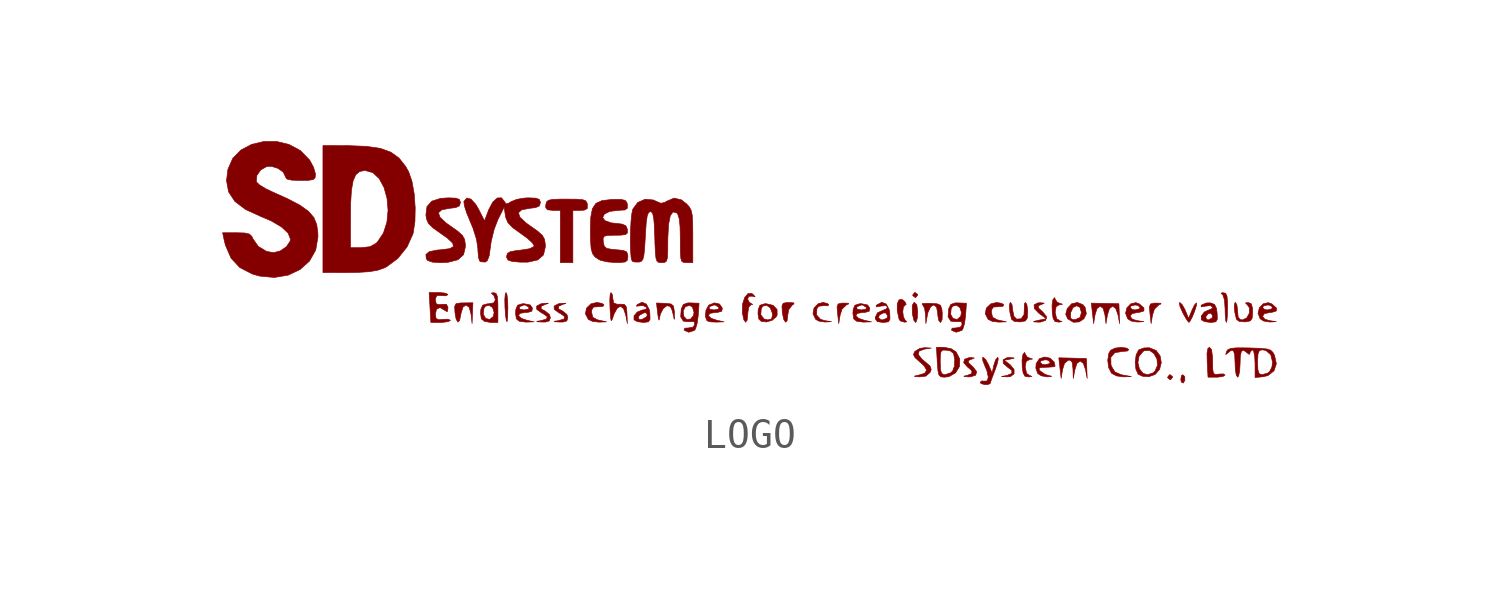
<source format=kicad_sym>
(kicad_symbol_lib
  (version 20220914)
  (generator "bitmap2component")
  (generator_version "9.0")
  (symbol "LOGO"
    (pin_names
      (offset 1.016))
    (property "Reference" "#G"
      (at 0 3.937 0)
      (effects (font (size 1.27 1.27)) hide))
    (symbol "LOGO_0_0"
      (polyline (pts (xy 7.871 -4.226) (xy 7.943 -4.194) (xy 7.956 -4.144) (xy 8.018 -3.972) (xy 8.111 -3.728) (xy 8.174 -3.553) (xy 8.217 -3.372) (xy 8.203 -3.302) (xy 8.198 -3.303) (xy 8.128 -3.387) (xy 8.067 -3.571) (xy 8.008 -3.839) (xy 7.894 -3.571) (xy 7.883 -3.544) (xy 7.784 -3.372) (xy 7.699 -3.302) (xy 7.684 -3.313) (xy 7.694 -3.423) (xy 7.771 -3.616) (xy 7.831 -3.758) (xy 7.879 -3.978) (xy 7.841 -4.106) (xy 7.719 -4.114) (xy 7.664 -4.103) (xy 7.603 -4.151) (xy 7.635 -4.199) (xy 7.773 -4.233) (xy 7.871 -4.226)) (stroke (width 0.01) (type default)) (fill (type outline)))
      (polyline (pts (xy 14.56 -4.086) (xy 14.557 -3.958) (xy 14.489 -3.895) (xy 14.446 -3.924) (xy 14.422 -4.058) (xy 14.442 -4.146) (xy 14.502 -4.18) (xy 14.56 -4.086)) (stroke (width 0.01) (type default)) (fill (type outline)))
      (polyline (pts (xy 14.079 -4.061) (xy 14.144 -3.979) (xy 14.142 -3.959) (xy 14.059 -3.895) (xy 14.039 -3.897) (xy 13.974 -3.979) (xy 13.977 -3.999) (xy 14.059 -4.064) (xy 14.079 -4.061)) (stroke (width 0.01) (type default)) (fill (type outline)))
      (polyline (pts (xy 5.759 -3.942) (xy 5.902 -3.813) (xy 5.938 -3.716) (xy 5.899 -3.601) (xy 5.735 -3.459) (xy 5.633 -3.377) (xy 5.499 -3.21) (xy 5.526 -3.091) (xy 5.713 -3.024) (xy 5.946 -2.989) (xy 5.723 -2.976) (xy 5.553 -3) (xy 5.387 -3.099) (xy 5.375 -3.114) (xy 5.334 -3.211) (xy 5.391 -3.317) (xy 5.568 -3.475) (xy 5.695 -3.591) (xy 5.785 -3.743) (xy 5.714 -3.848) (xy 5.479 -3.918) (xy 5.372 -3.94) (xy 5.375 -3.957) (xy 5.54 -3.968) (xy 5.759 -3.942)) (stroke (width 0.01) (type default)) (fill (type outline)))
      (polyline (pts (xy 6.539 -3.961) (xy 6.767 -3.831) (xy 6.898 -3.616) (xy 6.91 -3.363) (xy 6.783 -3.118) (xy 6.619 -3.013) (xy 6.379 -2.963) (xy 6.116 -2.963) (xy 6.145 -3.466) (xy 6.244 -3.466) (xy 6.247 -3.252) (xy 6.271 -3.107) (xy 6.34 -3.057) (xy 6.477 -3.063) (xy 6.586 -3.084) (xy 6.695 -3.171) (xy 6.738 -3.371) (xy 6.739 -3.378) (xy 6.727 -3.608) (xy 6.664 -3.773) (xy 6.592 -3.834) (xy 6.403 -3.895) (xy 6.374 -3.893) (xy 6.292 -3.852) (xy 6.253 -3.723) (xy 6.244 -3.466) (xy 6.145 -3.466) (xy 6.145 -3.471) (xy 6.146 -3.48) (xy 6.167 -3.758) (xy 6.202 -3.907) (xy 6.271 -3.968) (xy 6.393 -3.979) (xy 6.539 -3.961)) (stroke (width 0.01) (type default)) (fill (type outline)))
      (polyline (pts (xy 7.274 -3.967) (xy 7.45 -3.911) (xy 7.484 -3.791) (xy 7.362 -3.635) (xy 7.361 -3.634) (xy 7.211 -3.495) (xy 7.201 -3.414) (xy 7.327 -3.36) (xy 7.353 -3.353) (xy 7.403 -3.326) (xy 7.289 -3.312) (xy 7.237 -3.312) (xy 7.072 -3.368) (xy 7.042 -3.486) (xy 7.164 -3.624) (xy 7.317 -3.756) (xy 7.319 -3.856) (xy 7.157 -3.92) (xy 7.067 -3.938) (xy 7.05 -3.956) (xy 7.194 -3.968) (xy 7.274 -3.967)) (stroke (width 0.01) (type default)) (fill (type outline)))
      (polyline (pts (xy 8.627 -3.96) (xy 8.754 -3.869) (xy 8.755 -3.718) (xy 8.619 -3.553) (xy 8.419 -3.403) (xy 8.627 -3.364) (xy 8.748 -3.339) (xy 8.757 -3.324) (xy 8.601 -3.313) (xy 8.515 -3.317) (xy 8.382 -3.387) (xy 8.387 -3.509) (xy 8.537 -3.641) (xy 8.679 -3.748) (xy 8.679 -3.851) (xy 8.516 -3.92) (xy 8.325 -3.956) (xy 8.519 -3.968) (xy 8.627 -3.96)) (stroke (width 0.01) (type default)) (fill (type outline)))
      (polyline (pts (xy 9.282 -3.967) (xy 9.362 -3.952) (xy 9.281 -3.921) (xy 9.181 -3.85) (xy 9.132 -3.634) (xy 9.166 -3.444) (xy 9.281 -3.377) (xy 9.325 -3.374) (xy 9.385 -3.36) (xy 9.281 -3.328) (xy 9.202 -3.293) (xy 9.131 -3.19) (xy 9.12 -3.136) (xy 9.064 -3.192) (xy 9.053 -3.218) (xy 9.026 -3.394) (xy 9.032 -3.637) (xy 9.063 -3.84) (xy 9.126 -3.949) (xy 9.247 -3.97) (xy 9.282 -3.967)) (stroke (width 0.01) (type default)) (fill (type outline)))
      (polyline (pts (xy 9.985 -3.961) (xy 10.033 -3.947) (xy 9.924 -3.92) (xy 9.802 -3.879) (xy 9.637 -3.763) (xy 9.596 -3.692) (xy 9.649 -3.651) (xy 9.844 -3.641) (xy 9.891 -3.64) (xy 10.076 -3.628) (xy 10.151 -3.605) (xy 10.115 -3.46) (xy 9.977 -3.332) (xy 9.791 -3.293) (xy 9.615 -3.351) (xy 9.535 -3.471) (xy 9.642 -3.471) (xy 9.674 -3.422) (xy 9.812 -3.387) (xy 9.91 -3.402) (xy 9.982 -3.471) (xy 9.95 -3.521) (xy 9.812 -3.556) (xy 9.713 -3.54) (xy 9.642 -3.471) (xy 9.535 -3.471) (xy 9.507 -3.515) (xy 9.494 -3.67) (xy 9.558 -3.853) (xy 9.678 -3.932) (xy 9.886 -3.968) (xy 9.985 -3.961)) (stroke (width 0.01) (type default)) (fill (type outline)))
      (polyline (pts (xy 11.227 -3.683) (xy 11.213 -3.344) (xy 10.745 -3.332) (xy 10.276 -3.32) (xy 10.315 -3.671) (xy 10.355 -4.022) (xy 10.402 -3.726) (xy 10.469 -3.51) (xy 10.597 -3.402) (xy 10.672 -3.403) (xy 10.734 -3.485) (xy 10.757 -3.698) (xy 10.768 -4.022) (xy 10.821 -3.725) (xy 10.821 -3.725) (xy 10.894 -3.508) (xy 11.001 -3.429) (xy 11.002 -3.429) (xy 11.11 -3.51) (xy 11.184 -3.725) (xy 11.24 -4.022) (xy 11.227 -3.683)) (stroke (width 0.01) (type default)) (fill (type outline)))
      (polyline (pts (xy 12.742 -3.957) (xy 12.447 -3.905) (xy 12.391 -3.893) (xy 12.182 -3.8) (xy 12.068 -3.615) (xy 12.048 -3.551) (xy 12.044 -3.303) (xy 12.177 -3.148) (xy 12.435 -3.103) (xy 12.454 -3.103) (xy 12.613 -3.088) (xy 12.652 -3.039) (xy 12.583 -2.991) (xy 12.399 -2.965) (xy 12.19 -2.991) (xy 12.037 -3.065) (xy 11.976 -3.168) (xy 11.939 -3.403) (xy 11.971 -3.657) (xy 12.069 -3.846) (xy 12.239 -3.936) (xy 12.472 -3.968) (xy 12.742 -3.957)) (stroke (width 0.01) (type default)) (fill (type outline)))
      (polyline (pts (xy 13.552 -3.886) (xy 13.703 -3.711) (xy 13.759 -3.486) (xy 13.72 -3.257) (xy 13.585 -3.072) (xy 13.352 -2.978) (xy 13.164 -2.986) (xy 12.992 -3.052) (xy 12.989 -3.055) (xy 12.905 -3.219) (xy 12.873 -3.463) (xy 12.875 -3.482) (xy 12.965 -3.482) (xy 13.005 -3.265) (xy 13.146 -3.099) (xy 13.184 -3.079) (xy 13.363 -3.071) (xy 13.514 -3.181) (xy 13.612 -3.363) (xy 13.631 -3.575) (xy 13.545 -3.773) (xy 13.475 -3.834) (xy 13.295 -3.895) (xy 13.144 -3.851) (xy 13.015 -3.696) (xy 12.965 -3.482) (xy 12.875 -3.482) (xy 12.896 -3.71) (xy 12.976 -3.881) (xy 13.119 -3.947) (xy 13.336 -3.962) (xy 13.552 -3.886)) (stroke (width 0.01) (type default)) (fill (type outline)))
      (polyline (pts (xy 15.671 -3.979) (xy 15.854 -3.955) (xy 15.928 -3.906) (xy 15.873 -3.868) (xy 15.716 -3.874) (xy 15.596 -3.888) (xy 15.532 -3.845) (xy 15.508 -3.708) (xy 15.503 -3.439) (xy 15.499 -3.267) (xy 15.466 -3.038) (xy 15.397 -2.963) (xy 15.344 -3.002) (xy 15.314 -3.164) (xy 15.32 -3.471) (xy 15.348 -3.979) (xy 15.638 -3.979) (xy 15.671 -3.979)) (stroke (width 0.01) (type default)) (fill (type outline)))
      (polyline (pts (xy 17.223 -3.963) (xy 17.385 -3.924) (xy 17.589 -3.764) (xy 17.671 -3.522) (xy 17.61 -3.239) (xy 17.553 -3.135) (xy 17.475 -3.061) (xy 17.344 -3.019) (xy 17.119 -2.998) (xy 16.764 -2.986) (xy 16.647 -2.983) (xy 16.326 -2.982) (xy 16.13 -2.999) (xy 16.024 -3.041) (xy 15.974 -3.113) (xy 15.969 -3.127) (xy 15.951 -3.21) (xy 16.025 -3.154) (xy 16.125 -3.072) (xy 16.211 -3.076) (xy 16.255 -3.218) (xy 16.268 -3.514) (xy 16.275 -3.705) (xy 16.306 -3.903) (xy 16.353 -3.979) (xy 16.388 -3.938) (xy 16.424 -3.769) (xy 16.438 -3.514) (xy 16.444 -3.28) (xy 16.48 -3.099) (xy 16.553 -3.06) (xy 16.676 -3.15) (xy 16.753 -3.208) (xy 16.777 -3.15) (xy 16.783 -3.114) (xy 16.863 -3.048) (xy 16.898 -3.091) (xy 16.934 -3.262) (xy 16.945 -3.471) (xy 17.032 -3.471) (xy 17.033 -3.423) (xy 17.047 -3.188) (xy 17.093 -3.076) (xy 17.185 -3.048) (xy 17.313 -3.07) (xy 17.481 -3.215) (xy 17.542 -3.471) (xy 17.519 -3.635) (xy 17.44 -3.793) (xy 17.374 -3.841) (xy 17.185 -3.895) (xy 17.168 -3.894) (xy 17.083 -3.856) (xy 17.043 -3.728) (xy 17.032 -3.471) (xy 16.945 -3.471) (xy 16.947 -3.519) (xy 16.947 -3.99) (xy 17.223 -3.963)) (stroke (width 0.01) (type default)) (fill (type outline)))
      (polyline (pts (xy -2.112 -2.39) (xy -2.076 -2.341) (xy -2.02 -2.156) (xy -1.984 -1.897) (xy -1.954 -1.465) (xy -2.229 -1.455) (xy -2.341 -1.455) (xy -2.487 -1.506) (xy -2.557 -1.653) (xy -2.559 -1.664) (xy -2.564 -1.727) (xy -2.494 -1.727) (xy -2.419 -1.58) (xy -2.273 -1.54) (xy -2.179 -1.595) (xy -2.124 -1.778) (xy -2.144 -1.885) (xy -2.242 -2.002) (xy -2.372 -2.018) (xy -2.473 -1.911) (xy -2.494 -1.727) (xy -2.564 -1.727) (xy -2.578 -1.927) (xy -2.486 -2.075) (xy -2.288 -2.095) (xy -2.25 -2.088) (xy -2.118 -2.095) (xy -2.102 -2.191) (xy -2.152 -2.272) (xy -2.323 -2.307) (xy -2.438 -2.313) (xy -2.463 -2.371) (xy -2.451 -2.389) (xy -2.304 -2.451) (xy -2.112 -2.39)) (stroke (width 0.01) (type default)) (fill (type outline)))
      (polyline (pts (xy 6.978 -2.39) (xy 7.014 -2.341) (xy 7.07 -2.156) (xy 7.105 -1.897) (xy 7.136 -1.465) (xy 6.861 -1.455) (xy 6.749 -1.455) (xy 6.603 -1.506) (xy 6.533 -1.653) (xy 6.53 -1.664) (xy 6.518 -1.841) (xy 6.598 -1.841) (xy 6.617 -1.645) (xy 6.67 -1.565) (xy 6.795 -1.534) (xy 6.913 -1.612) (xy 6.966 -1.778) (xy 6.94 -1.915) (xy 6.817 -2.016) (xy 6.679 -1.983) (xy 6.598 -1.841) (xy 6.518 -1.841) (xy 6.511 -1.927) (xy 6.604 -2.075) (xy 6.801 -2.095) (xy 6.839 -2.088) (xy 6.971 -2.095) (xy 6.988 -2.191) (xy 6.938 -2.272) (xy 6.766 -2.307) (xy 6.652 -2.313) (xy 6.626 -2.371) (xy 6.639 -2.389) (xy 6.786 -2.451) (xy 6.978 -2.39)) (stroke (width 0.01) (type default)) (fill (type outline)))
      (polyline (pts (xy -10.669 -2.115) (xy -10.482 -2.091) (xy -10.406 -2.047) (xy -10.406 -2.045) (xy -10.484 -2.008) (xy -10.661 -2.014) (xy -10.802 -2.027) (xy -10.896 -1.982) (xy -10.916 -1.83) (xy -10.878 -1.666) (xy -10.759 -1.612) (xy -10.593 -1.71) (xy -10.585 -1.718) (xy -10.511 -1.753) (xy -10.491 -1.637) (xy -10.493 -1.596) (xy -10.544 -1.5) (xy -10.704 -1.503) (xy -10.766 -1.513) (xy -10.887 -1.49) (xy -10.916 -1.355) (xy -10.914 -1.299) (xy -10.862 -1.202) (xy -10.704 -1.206) (xy -10.562 -1.214) (xy -10.491 -1.173) (xy -10.497 -1.16) (xy -10.605 -1.118) (xy -10.81 -1.101) (xy -11.129 -1.1) (xy -11.1 -1.609) (xy -11.071 -2.117) (xy -10.739 -2.117) (xy -10.669 -2.115)) (stroke (width 0.01) (type default)) (fill (type outline)))
      (polyline (pts (xy -9.656 -1.804) (xy -9.642 -1.45) (xy -9.962 -1.454) (xy -10.066 -1.456) (xy -10.215 -1.481) (xy -10.262 -1.575) (xy -10.25 -1.788) (xy -10.213 -2.001) (xy -10.154 -2.105) (xy -10.094 -2.054) (xy -10.051 -1.842) (xy -10.047 -1.811) (xy -9.978 -1.594) (xy -9.873 -1.526) (xy -9.768 -1.606) (xy -9.704 -1.836) (xy -9.67 -2.159) (xy -9.656 -1.804)) (stroke (width 0.01) (type default)) (fill (type outline)))
      (polyline (pts (xy -8.792 -1.609) (xy -8.794 -1.436) (xy -8.812 -1.226) (xy -8.857 -1.128) (xy -8.941 -1.107) (xy -9.013 -1.119) (xy -8.983 -1.157) (xy -8.931 -1.196) (xy -8.877 -1.344) (xy -8.928 -1.451) (xy -9.111 -1.485) (xy -9.146 -1.485) (xy -9.309 -1.53) (xy -9.373 -1.678) (xy -9.38 -1.817) (xy -9.377 -1.841) (xy -9.288 -1.841) (xy -9.269 -1.645) (xy -9.216 -1.565) (xy -9.091 -1.534) (xy -8.972 -1.612) (xy -8.92 -1.778) (xy -8.946 -1.915) (xy -9.069 -2.016) (xy -9.207 -1.983) (xy -9.288 -1.841) (xy -9.377 -1.841) (xy -9.354 -1.996) (xy -9.25 -2.08) (xy -9.05 -2.117) (xy -8.792 -2.117) (xy -8.792 -1.609)) (stroke (width 0.01) (type default)) (fill (type outline)))
      (polyline (pts (xy -8.46 -1.931) (xy -8.453 -1.609) (xy -8.46 -1.377) (xy -8.483 -1.177) (xy -8.516 -1.101) (xy -8.542 -1.157) (xy -8.557 -1.341) (xy -8.551 -1.609) (xy -8.53 -1.889) (xy -8.503 -2.072) (xy -8.478 -2.086) (xy -8.46 -1.931)) (stroke (width 0.01) (type default)) (fill (type outline)))
      (polyline (pts (xy -7.561 -2.097) (xy -7.808 -2.043) (xy -7.994 -1.98) (xy -8.09 -1.889) (xy -8.047 -1.811) (xy -7.859 -1.778) (xy -7.77 -1.775) (xy -7.637 -1.735) (xy -7.619 -1.63) (xy -7.692 -1.524) (xy -7.902 -1.482) (xy -7.97 -1.484) (xy -8.124 -1.534) (xy -8.155 -1.609) (xy -8.07 -1.609) (xy -8.043 -1.578) (xy -7.9 -1.524) (xy -7.854 -1.53) (xy -7.731 -1.609) (xy -7.753 -1.667) (xy -7.9 -1.693) (xy -8.04 -1.671) (xy -8.07 -1.609) (xy -8.155 -1.609) (xy -8.183 -1.678) (xy -8.191 -1.817) (xy -8.165 -1.996) (xy -8.064 -2.078) (xy -7.839 -2.107) (xy -7.561 -2.097)) (stroke (width 0.01) (type default)) (fill (type outline)))
      (polyline (pts (xy -7.044 -2.067) (xy -7.008 -1.953) (xy -7.04 -1.848) (xy -7.178 -1.736) (xy -7.322 -1.658) (xy -7.32 -1.566) (xy -7.157 -1.495) (xy -7.107 -1.484) (xy -7.077 -1.466) (xy -7.214 -1.468) (xy -7.327 -1.483) (xy -7.474 -1.56) (xy -7.473 -1.672) (xy -7.312 -1.79) (xy -7.261 -1.815) (xy -7.115 -1.92) (xy -7.137 -2.001) (xy -7.327 -2.056) (xy -7.47 -2.08) (xy -7.458 -2.094) (xy -7.285 -2.104) (xy -7.179 -2.105) (xy -7.044 -2.067)) (stroke (width 0.01) (type default)) (fill (type outline)))
      (polyline (pts (xy -6.449 -2.067) (xy -6.414 -1.953) (xy -6.446 -1.848) (xy -6.584 -1.736) (xy -6.727 -1.658) (xy -6.726 -1.566) (xy -6.562 -1.495) (xy -6.513 -1.484) (xy -6.483 -1.466) (xy -6.62 -1.468) (xy -6.732 -1.483) (xy -6.88 -1.56) (xy -6.878 -1.672) (xy -6.718 -1.79) (xy -6.666 -1.815) (xy -6.521 -1.92) (xy -6.543 -2.001) (xy -6.732 -2.056) (xy -6.875 -2.08) (xy -6.864 -2.094) (xy -6.69 -2.104) (xy -6.584 -2.105) (xy -6.449 -2.067)) (stroke (width 0.01) (type default)) (fill (type outline)))
      (polyline (pts (xy -5.097 -2.097) (xy -5.352 -2.042) (xy -5.418 -2.026) (xy -5.567 -1.941) (xy -5.607 -1.777) (xy -5.603 -1.695) (xy -5.543 -1.595) (xy -5.371 -1.583) (xy -5.22 -1.571) (xy -5.185 -1.519) (xy -5.253 -1.471) (xy -5.425 -1.439) (xy -5.628 -1.486) (xy -5.779 -1.63) (xy -5.817 -1.823) (xy -5.717 -2.015) (xy -5.574 -2.083) (xy -5.356 -2.107) (xy -5.097 -2.097)) (stroke (width 0.01) (type default)) (fill (type outline)))
      (polyline (pts (xy -4.404 -1.82) (xy -4.407 -1.762) (xy -4.431 -1.576) (xy -4.501 -1.502) (xy -4.651 -1.498) (xy -4.736 -1.5) (xy -4.856 -1.456) (xy -4.885 -1.307) (xy -4.9 -1.173) (xy -4.948 -1.101) (xy -4.975 -1.165) (xy -4.988 -1.356) (xy -4.981 -1.63) (xy -4.975 -1.738) (xy -4.958 -1.972) (xy -4.939 -2.059) (xy -4.907 -2.017) (xy -4.854 -1.863) (xy -4.839 -1.82) (xy -4.738 -1.639) (xy -4.63 -1.566) (xy -4.628 -1.566) (xy -4.521 -1.647) (xy -4.447 -1.863) (xy -4.391 -2.159) (xy -4.404 -1.82)) (stroke (width 0.01) (type default)) (fill (type outline)))
      (polyline (pts (xy -3.813 -2.116) (xy -3.67 -2.096) (xy -3.62 -2.007) (xy -3.627 -1.8) (xy -3.645 -1.685) (xy -3.744 -1.495) (xy -3.891 -1.43) (xy -4.056 -1.511) (xy -4.084 -1.566) (xy -3.972 -1.554) (xy -3.86 -1.545) (xy -3.742 -1.601) (xy -3.738 -1.657) (xy -3.85 -1.693) (xy -3.884 -1.695) (xy -4.055 -1.765) (xy -4.165 -1.895) (xy -4.165 -1.934) (xy -4.017 -1.934) (xy -3.976 -1.872) (xy -3.827 -1.791) (xy -3.739 -1.792) (xy -3.714 -1.876) (xy -3.754 -1.938) (xy -3.903 -2.019) (xy -3.992 -2.018) (xy -4.017 -1.934) (xy -4.165 -1.934) (xy -4.165 -2.028) (xy -4.054 -2.09) (xy -3.855 -2.117) (xy -3.813 -2.116)) (stroke (width 0.01) (type default)) (fill (type outline)))
      (polyline (pts (xy -3.29 -1.932) (xy -3.267 -1.828) (xy -3.172 -1.647) (xy -3.048 -1.549) (xy -2.934 -1.574) (xy -2.871 -1.698) (xy -2.82 -1.905) (xy -2.8 -2.011) (xy -2.789 -1.998) (xy -2.792 -1.82) (xy -2.795 -1.732) (xy -2.823 -1.559) (xy -2.91 -1.489) (xy -3.102 -1.469) (xy -3.401 -1.457) (xy -3.36 -1.808) (xy -3.334 -1.994) (xy -3.312 -2.038) (xy -3.29 -1.932)) (stroke (width 0.01) (type default)) (fill (type outline)))
      (polyline (pts (xy -1.104 -2.097) (xy -1.352 -2.043) (xy -1.538 -1.98) (xy -1.634 -1.889) (xy -1.591 -1.811) (xy -1.403 -1.778) (xy -1.315 -1.775) (xy -1.181 -1.736) (xy -1.163 -1.631) (xy -1.258 -1.493) (xy -1.434 -1.453) (xy -1.618 -1.527) (xy -1.628 -1.536) (xy -1.667 -1.609) (xy -1.614 -1.609) (xy -1.587 -1.578) (xy -1.444 -1.524) (xy -1.398 -1.53) (xy -1.274 -1.609) (xy -1.297 -1.667) (xy -1.444 -1.693) (xy -1.584 -1.671) (xy -1.614 -1.609) (xy -1.667 -1.609) (xy -1.717 -1.7) (xy -1.74 -1.906) (xy -1.685 -2.06) (xy -1.568 -2.097) (xy -1.366 -2.107) (xy -1.104 -2.097)) (stroke (width 0.01) (type default)) (fill (type outline)))
      (polyline (pts (xy -0.319 -2.042) (xy -0.297 -1.82) (xy -0.297 -1.805) (xy -0.266 -1.599) (xy -0.191 -1.517) (xy -0.129 -1.506) (xy -0.191 -1.468) (xy -0.247 -1.434) (xy -0.302 -1.326) (xy -0.265 -1.232) (xy -0.149 -1.224) (xy -0.126 -1.232) (xy -0.049 -1.246) (xy -0.112 -1.169) (xy -0.164 -1.131) (xy -0.293 -1.14) (xy -0.403 -1.271) (xy -0.474 -1.49) (xy -0.483 -1.765) (xy -0.479 -1.802) (xy -0.432 -2.027) (xy -0.371 -2.109) (xy -0.319 -2.042)) (stroke (width 0.01) (type default)) (fill (type outline)))
      (polyline (pts (xy 0.527 -2.048) (xy 0.67 -1.926) (xy 0.701 -1.865) (xy 0.698 -1.678) (xy 0.565 -1.537) (xy 0.331 -1.482) (xy 0.277 -1.483) (xy 0.118 -1.532) (xy 0.057 -1.678) (xy 0.05 -1.818) (xy 0.056 -1.856) (xy 0.144 -1.856) (xy 0.161 -1.645) (xy 0.217 -1.562) (xy 0.343 -1.536) (xy 0.467 -1.622) (xy 0.536 -1.8) (xy 0.542 -1.87) (xy 0.512 -1.999) (xy 0.385 -2.032) (xy 0.253 -1.999) (xy 0.144 -1.856) (xy 0.056 -1.856) (xy 0.078 -2.001) (xy 0.157 -2.079) (xy 0.333 -2.102) (xy 0.527 -2.048)) (stroke (width 0.01) (type default)) (fill (type outline)))
      (polyline (pts (xy 1.039 -2.063) (xy 1.062 -1.867) (xy 1.094 -1.685) (xy 1.21 -1.531) (xy 1.276 -1.487) (xy 1.265 -1.452) (xy 1.102 -1.442) (xy 1.029 -1.442) (xy 0.905 -1.466) (xy 0.865 -1.562) (xy 0.877 -1.778) (xy 0.879 -1.797) (xy 0.925 -2.017) (xy 0.986 -2.11) (xy 1.039 -2.063)) (stroke (width 0.01) (type default)) (fill (type outline)))
      (polyline (pts (xy 2.548 -2.091) (xy 2.322 -2.057) (xy 2.172 -2.01) (xy 2.039 -1.861) (xy 2.053 -1.643) (xy 2.117 -1.566) (xy 2.303 -1.546) (xy 2.422 -1.553) (xy 2.456 -1.512) (xy 2.414 -1.476) (xy 2.263 -1.439) (xy 2.098 -1.48) (xy 1.955 -1.626) (xy 1.918 -1.823) (xy 2.013 -2.015) (xy 2.127 -2.076) (xy 2.332 -2.104) (xy 2.548 -2.091)) (stroke (width 0.01) (type default)) (fill (type outline)))
      (polyline (pts (xy 2.841 -1.871) (xy 2.909 -1.661) (xy 3.058 -1.52) (xy 3.127 -1.491) (xy 3.128 -1.465) (xy 2.972 -1.46) (xy 2.89 -1.462) (xy 2.773 -1.491) (xy 2.738 -1.591) (xy 2.755 -1.811) (xy 2.794 -2.159) (xy 2.841 -1.871)) (stroke (width 0.01) (type default)) (fill (type outline)))
      (polyline (pts (xy 3.908 -2.097) (xy 3.66 -2.043) (xy 3.474 -1.98) (xy 3.378 -1.889) (xy 3.421 -1.811) (xy 3.61 -1.778) (xy 3.699 -1.775) (xy 3.832 -1.735) (xy 3.849 -1.63) (xy 3.776 -1.524) (xy 3.567 -1.482) (xy 3.498 -1.484) (xy 3.344 -1.534) (xy 3.313 -1.609) (xy 3.398 -1.609) (xy 3.425 -1.578) (xy 3.568 -1.524) (xy 3.615 -1.53) (xy 3.738 -1.609) (xy 3.716 -1.667) (xy 3.568 -1.693) (xy 3.428 -1.671) (xy 3.398 -1.609) (xy 3.313 -1.609) (xy 3.285 -1.678) (xy 3.277 -1.817) (xy 3.304 -1.996) (xy 3.405 -2.078) (xy 3.629 -2.107) (xy 3.908 -2.097)) (stroke (width 0.01) (type default)) (fill (type outline)))
      (polyline (pts (xy 4.341 -2.116) (xy 4.485 -2.096) (xy 4.536 -2.007) (xy 4.529 -1.8) (xy 4.509 -1.68) (xy 4.409 -1.492) (xy 4.259 -1.433) (xy 4.09 -1.522) (xy 4.065 -1.55) (xy 4.075 -1.589) (xy 4.226 -1.563) (xy 4.389 -1.545) (xy 4.46 -1.59) (xy 4.407 -1.659) (xy 4.247 -1.728) (xy 4.111 -1.791) (xy 4.035 -1.949) (xy 4.036 -1.961) (xy 4.145 -1.961) (xy 4.177 -1.864) (xy 4.318 -1.793) (xy 4.396 -1.797) (xy 4.46 -1.899) (xy 4.429 -1.978) (xy 4.283 -2.032) (xy 4.232 -2.027) (xy 4.145 -1.961) (xy 4.036 -1.961) (xy 4.038 -1.995) (xy 4.106 -2.091) (xy 4.295 -2.117) (xy 4.341 -2.116)) (stroke (width 0.01) (type default)) (fill (type outline)))
      (polyline (pts (xy 5.104 -2.098) (xy 5.076 -2.061) (xy 5.056 -2.048) (xy 4.993 -1.928) (xy 4.971 -1.752) (xy 4.992 -1.593) (xy 5.058 -1.524) (xy 5.09 -1.502) (xy 5.037 -1.405) (xy 4.943 -1.334) (xy 4.841 -1.352) (xy 4.784 -1.49) (xy 4.783 -1.719) (xy 4.846 -2.011) (xy 4.886 -2.065) (xy 5.031 -2.11) (xy 5.104 -2.098)) (stroke (width 0.01) (type default)) (fill (type outline)))
      (polyline (pts (xy 5.42 -2.108) (xy 5.462 -1.99) (xy 5.479 -1.778) (xy 5.479 -1.748) (xy 5.449 -1.519) (xy 5.371 -1.439) (xy 5.35 -1.442) (xy 5.293 -1.538) (xy 5.295 -1.778) (xy 5.304 -1.854) (xy 5.348 -2.042) (xy 5.403 -2.117) (xy 5.42 -2.108)) (stroke (width 0.01) (type default)) (fill (type outline)))
      (polyline (pts (xy 5.809 -1.864) (xy 5.83 -1.772) (xy 5.921 -1.582) (xy 6.03 -1.522) (xy 6.121 -1.598) (xy 6.159 -1.814) (xy 6.16 -1.858) (xy 6.19 -2.042) (xy 6.249 -2.117) (xy 6.262 -2.114) (xy 6.309 -2.011) (xy 6.313 -1.799) (xy 6.299 -1.662) (xy 6.255 -1.535) (xy 6.139 -1.484) (xy 5.904 -1.47) (xy 5.782 -1.468) (xy 5.638 -1.476) (xy 5.628 -1.498) (xy 5.643 -1.507) (xy 5.712 -1.635) (xy 5.745 -1.849) (xy 5.756 -2.159) (xy 5.809 -1.864)) (stroke (width 0.01) (type default)) (fill (type outline)))
      (polyline (pts (xy 8.495 -2.097) (xy 8.24 -2.042) (xy 8.174 -2.026) (xy 8.025 -1.941) (xy 7.985 -1.777) (xy 7.989 -1.695) (xy 8.049 -1.595) (xy 8.221 -1.583) (xy 8.372 -1.571) (xy 8.407 -1.519) (xy 8.339 -1.471) (xy 8.167 -1.439) (xy 7.965 -1.486) (xy 7.813 -1.63) (xy 7.775 -1.823) (xy 7.875 -2.015) (xy 8.018 -2.083) (xy 8.236 -2.107) (xy 8.495 -2.097)) (stroke (width 0.01) (type default)) (fill (type outline)))
      (polyline (pts (xy 8.982 -2.098) (xy 9.139 -2.066) (xy 9.204 -1.971) (xy 9.217 -1.76) (xy 9.216 -1.7) (xy 9.191 -1.514) (xy 9.144 -1.439) (xy 9.105 -1.482) (xy 9.103 -1.63) (xy 9.104 -1.637) (xy 9.092 -1.856) (xy 8.995 -1.993) (xy 8.843 -2.005) (xy 8.752 -1.913) (xy 8.707 -1.696) (xy 8.707 -1.691) (xy 8.685 -1.513) (xy 8.634 -1.439) (xy 8.616 -1.449) (xy 8.594 -1.567) (xy 8.613 -1.773) (xy 8.67 -2.012) (xy 8.762 -2.082) (xy 8.96 -2.1) (xy 8.982 -2.098)) (stroke (width 0.01) (type default)) (fill (type outline)))
      (polyline (pts (xy 9.862 -1.928) (xy 9.74 -1.772) (xy 9.74 -1.771) (xy 9.589 -1.632) (xy 9.579 -1.551) (xy 9.706 -1.498) (xy 9.732 -1.49) (xy 9.781 -1.463) (xy 9.668 -1.449) (xy 9.567 -1.452) (xy 9.435 -1.52) (xy 9.446 -1.649) (xy 9.605 -1.812) (xy 9.846 -1.986) (xy 9.862 -1.928)) (stroke (width 0.01) (type default)) (fill (type outline)))
      (polyline (pts (xy 9.849 -1.989) (xy 9.846 -1.986) (xy 9.845 -1.99) (xy 9.849 -1.989)) (stroke (width 0.01) (type default)) (fill (type outline)))
      (polyline (pts (xy 9.652 -2.106) (xy 9.828 -2.049) (xy 9.845 -1.99) (xy 9.597 -2.043) (xy 9.592 -2.044) (xy 9.427 -2.081) (xy 9.422 -2.098) (xy 9.573 -2.107) (xy 9.652 -2.106)) (stroke (width 0.01) (type default)) (fill (type outline)))
      (polyline (pts (xy 10.302 -2.105) (xy 10.382 -2.089) (xy 10.3 -2.058) (xy 10.201 -1.987) (xy 10.151 -1.772) (xy 10.185 -1.581) (xy 10.3 -1.514) (xy 10.345 -1.511) (xy 10.405 -1.498) (xy 10.3 -1.466) (xy 10.222 -1.43) (xy 10.15 -1.327) (xy 10.14 -1.274) (xy 10.084 -1.33) (xy 10.072 -1.355) (xy 10.046 -1.532) (xy 10.052 -1.774) (xy 10.082 -1.977) (xy 10.145 -2.086) (xy 10.267 -2.107) (xy 10.302 -2.105)) (stroke (width 0.01) (type default)) (fill (type outline)))
      (polyline (pts (xy 10.967 -2.1) (xy 11.129 -1.994) (xy 11.212 -1.82) (xy 11.171 -1.609) (xy 11.099 -1.517) (xy 10.911 -1.439) (xy 10.711 -1.484) (xy 10.562 -1.648) (xy 10.51 -1.839) (xy 10.569 -1.974) (xy 10.675 -1.974) (xy 10.676 -1.806) (xy 10.68 -1.781) (xy 10.758 -1.611) (xy 10.881 -1.551) (xy 10.994 -1.605) (xy 11.043 -1.778) (xy 11.002 -1.946) (xy 10.846 -2.018) (xy 10.753 -2.025) (xy 10.675 -1.974) (xy 10.569 -1.974) (xy 10.574 -1.987) (xy 10.585 -1.999) (xy 10.77 -2.112) (xy 10.967 -2.1)) (stroke (width 0.01) (type default)) (fill (type outline)))
      (polyline (pts (xy 12.331 -1.82) (xy 12.318 -1.482) (xy 11.849 -1.472) (xy 11.381 -1.462) (xy 11.42 -1.81) (xy 11.459 -2.159) (xy 11.506 -1.863) (xy 11.574 -1.646) (xy 11.681 -1.566) (xy 11.783 -1.639) (xy 11.844 -1.863) (xy 11.88 -2.159) (xy 11.929 -1.863) (xy 11.998 -1.646) (xy 12.105 -1.566) (xy 12.107 -1.566) (xy 12.214 -1.647) (xy 12.288 -1.863) (xy 12.344 -2.159) (xy 12.331 -1.82)) (stroke (width 0.01) (type default)) (fill (type outline)))
      (polyline (pts (xy 13.167 -2.091) (xy 12.934 -2.056) (xy 12.78 -2.009) (xy 12.699 -1.912) (xy 12.761 -1.819) (xy 12.962 -1.778) (xy 13.009 -1.777) (xy 13.167 -1.728) (xy 13.17 -1.626) (xy 13.013 -1.488) (xy 12.896 -1.445) (xy 12.72 -1.486) (xy 12.604 -1.609) (xy 12.7 -1.609) (xy 12.732 -1.559) (xy 12.87 -1.524) (xy 12.969 -1.54) (xy 13.04 -1.609) (xy 13.008 -1.658) (xy 12.87 -1.693) (xy 12.771 -1.677) (xy 12.7 -1.609) (xy 12.604 -1.609) (xy 12.591 -1.622) (xy 12.545 -1.806) (xy 12.618 -1.994) (xy 12.737 -2.07) (xy 12.944 -2.104) (xy 13.167 -2.091)) (stroke (width 0.01) (type default)) (fill (type outline)))
      (polyline (pts (xy 13.46 -1.871) (xy 13.528 -1.661) (xy 13.677 -1.52) (xy 13.746 -1.491) (xy 13.747 -1.465) (xy 13.591 -1.46) (xy 13.509 -1.462) (xy 13.392 -1.491) (xy 13.357 -1.591) (xy 13.374 -1.811) (xy 13.413 -2.159) (xy 13.46 -1.871)) (stroke (width 0.01) (type default)) (fill (type outline)))
      (polyline (pts (xy 14.738 -2.074) (xy 14.816 -1.925) (xy 14.895 -1.728) (xy 14.951 -1.551) (xy 14.957 -1.459) (xy 14.949 -1.456) (xy 14.887 -1.527) (xy 14.803 -1.7) (xy 14.688 -1.98) (xy 14.576 -1.71) (xy 14.563 -1.681) (xy 14.467 -1.51) (xy 14.387 -1.439) (xy 14.372 -1.456) (xy 14.396 -1.577) (xy 14.484 -1.778) (xy 14.536 -1.876) (xy 14.638 -2.049) (xy 14.697 -2.117) (xy 14.738 -2.074)) (stroke (width 0.01) (type default)) (fill (type outline)))
      (polyline (pts (xy 15.472 -2.116) (xy 15.614 -2.096) (xy 15.664 -2.007) (xy 15.657 -1.799) (xy 15.636 -1.641) (xy 15.569 -1.505) (xy 15.43 -1.453) (xy 15.286 -1.457) (xy 15.132 -1.523) (xy 15.109 -1.55) (xy 15.118 -1.589) (xy 15.27 -1.563) (xy 15.432 -1.544) (xy 15.503 -1.599) (xy 15.492 -1.639) (xy 15.386 -1.693) (xy 15.37 -1.694) (xy 15.223 -1.763) (xy 15.121 -1.897) (xy 15.12 -1.931) (xy 15.268 -1.931) (xy 15.352 -1.82) (xy 15.454 -1.805) (xy 15.503 -1.898) (xy 15.486 -1.964) (xy 15.369 -2.032) (xy 15.305 -2.018) (xy 15.268 -1.931) (xy 15.12 -1.931) (xy 15.119 -2.028) (xy 15.229 -2.09) (xy 15.428 -2.117) (xy 15.472 -2.116)) (stroke (width 0.01) (type default)) (fill (type outline)))
      (polyline (pts (xy 15.99 -2.061) (xy 16.006 -1.877) (xy 16.013 -1.609) (xy 16.011 -1.436) (xy 15.993 -1.226) (xy 15.948 -1.128) (xy 15.864 -1.107) (xy 15.792 -1.119) (xy 15.822 -1.157) (xy 15.853 -1.183) (xy 15.908 -1.355) (xy 15.928 -1.658) (xy 15.932 -1.843) (xy 15.947 -2.04) (xy 15.97 -2.117) (xy 15.99 -2.061)) (stroke (width 0.01) (type default)) (fill (type outline)))
      (polyline (pts (xy 16.627 -2.098) (xy 16.785 -2.066) (xy 16.85 -1.971) (xy 16.863 -1.76) (xy 16.858 -1.625) (xy 16.815 -1.48) (xy 16.714 -1.441) (xy 16.619 -1.456) (xy 16.683 -1.516) (xy 16.758 -1.627) (xy 16.752 -1.804) (xy 16.665 -1.963) (xy 16.521 -2.032) (xy 16.446 -2.022) (xy 16.372 -1.94) (xy 16.353 -1.736) (xy 16.352 -1.697) (xy 16.328 -1.514) (xy 16.28 -1.439) (xy 16.261 -1.449) (xy 16.239 -1.567) (xy 16.259 -1.773) (xy 16.315 -2.012) (xy 16.407 -2.082) (xy 16.605 -2.1) (xy 16.627 -2.098)) (stroke (width 0.01) (type default)) (fill (type outline)))
      (polyline (pts (xy 17.669 -2.091) (xy 17.436 -2.056) (xy 17.282 -2.009) (xy 17.201 -1.912) (xy 17.264 -1.819) (xy 17.464 -1.778) (xy 17.512 -1.777) (xy 17.669 -1.728) (xy 17.672 -1.626) (xy 17.516 -1.488) (xy 17.398 -1.445) (xy 17.222 -1.486) (xy 17.106 -1.609) (xy 17.202 -1.609) (xy 17.234 -1.559) (xy 17.372 -1.524) (xy 17.471 -1.54) (xy 17.542 -1.609) (xy 17.51 -1.658) (xy 17.372 -1.693) (xy 17.273 -1.677) (xy 17.202 -1.609) (xy 17.106 -1.609) (xy 17.093 -1.622) (xy 17.047 -1.806) (xy 17.121 -1.994) (xy 17.239 -2.07) (xy 17.446 -2.104) (xy 17.669 -2.091)) (stroke (width 0.01) (type default)) (fill (type outline)))
      (polyline (pts (xy 5.415 -1.268) (xy 5.479 -1.185) (xy 5.477 -1.165) (xy 5.394 -1.101) (xy 5.374 -1.103) (xy 5.309 -1.185) (xy 5.312 -1.206) (xy 5.394 -1.27) (xy 5.415 -1.268)) (stroke (width 0.01) (type default)) (fill (type outline)))
      (polyline (pts (xy -15.925 -0.511) (xy -15.518 -0.32) (xy -15.196 -0.031) (xy -14.985 0.342) (xy -14.909 0.786) (xy -14.912 0.926) (xy -14.951 1.212) (xy -15.05 1.45) (xy -15.231 1.66) (xy -15.513 1.862) (xy -15.916 2.075) (xy -16.46 2.321) (xy -16.69 2.431) (xy -16.899 2.559) (xy -16.998 2.656) (xy -17.004 2.677) (xy -16.986 2.879) (xy -16.853 3.068) (xy -16.647 3.183) (xy -16.493 3.19) (xy -16.268 3.12) (xy -16.087 2.99) (xy -16.013 2.834) (xy -16.012 2.823) (xy -15.96 2.755) (xy -15.801 2.719) (xy -15.503 2.709) (xy -15.226 2.714) (xy -15.07 2.738) (xy -15.006 2.798) (xy -14.994 2.909) (xy -14.996 2.942) (xy -15.06 3.157) (xy -15.185 3.391) (xy -15.197 3.408) (xy -15.504 3.723) (xy -15.886 3.93) (xy -16.311 4.033) (xy -16.747 4.033) (xy -17.162 3.936) (xy -17.526 3.744) (xy -17.805 3.461) (xy -17.969 3.09) (xy -18.017 2.704) (xy -17.947 2.32) (xy -17.733 1.996) (xy -17.368 1.72) (xy -16.843 1.481) (xy -16.508 1.339) (xy -16.152 1.131) (xy -15.924 0.918) (xy -15.843 0.715) (xy -15.856 0.641) (xy -15.981 0.458) (xy -16.189 0.313) (xy -16.419 0.254) (xy -16.656 0.297) (xy -16.938 0.467) (xy -17.121 0.728) (xy -17.156 0.805) (xy -17.24 0.887) (xy -17.396 0.923) (xy -17.674 0.931) (xy -18.15 0.931) (xy -18.091 0.656) (xy -18.055 0.51) (xy -17.864 0.068) (xy -17.566 -0.252) (xy -17.144 -0.47) (xy -16.899 -0.541) (xy -16.394 -0.589) (xy -15.925 -0.511)) (stroke (width 0.01) (type default)) (fill (type outline)))
      (polyline (pts (xy -13.868 -0.421) (xy -13.554 -0.417) (xy -13.169 -0.393) (xy -12.882 -0.344) (xy -12.652 -0.263) (xy -12.576 -0.226) (xy -12.192 0.06) (xy -11.878 0.452) (xy -11.678 0.897) (xy -11.67 0.93) (xy -11.612 1.318) (xy -11.603 1.78) (xy -11.638 2.255) (xy -11.714 2.683) (xy -11.827 3.006) (xy -11.927 3.183) (xy -12.151 3.468) (xy -12.429 3.669) (xy -12.79 3.799) (xy -13.26 3.868) (xy -13.868 3.891) (xy -14.739 3.895) (xy -14.739 1.736) (xy -14.739 1.486) (xy -13.804 1.486) (xy -13.799 1.912) (xy -13.771 2.372) (xy -13.714 2.696) (xy -13.622 2.905) (xy -13.489 3.015) (xy -13.307 3.048) (xy -13.045 2.975) (xy -12.826 2.771) (xy -12.663 2.468) (xy -12.561 2.099) (xy -12.526 1.697) (xy -12.564 1.295) (xy -12.681 0.925) (xy -12.883 0.622) (xy -12.932 0.573) (xy -13.14 0.457) (xy -13.437 0.423) (xy -13.804 0.423) (xy -13.804 1.486) (xy -14.739 1.486) (xy -14.739 -0.423) (xy -13.868 -0.421)) (stroke (width 0.01) (type default)) (fill (type outline)))
      (polyline (pts (xy -10.48 -0.072) (xy -10.151 0.013) (xy -9.959 0.186) (xy -9.898 0.449) (xy -9.899 0.533) (xy -9.923 0.704) (xy -10 0.841) (xy -10.159 0.985) (xy -10.432 1.177) (xy -10.55 1.261) (xy -10.762 1.459) (xy -10.812 1.609) (xy -10.7 1.711) (xy -10.427 1.762) (xy -10.228 1.786) (xy -10.1 1.843) (xy -10.067 1.952) (xy -10.067 1.974) (xy -10.103 2.065) (xy -10.224 2.107) (xy -10.473 2.117) (xy -10.737 2.1) (xy -11.039 2.005) (xy -11.204 1.819) (xy -11.239 1.537) (xy -11.219 1.397) (xy -11.151 1.246) (xy -11.005 1.101) (xy -10.746 0.916) (xy -10.512 0.751) (xy -10.33 0.58) (xy -10.302 0.464) (xy -10.427 0.391) (xy -10.704 0.355) (xy -10.874 0.34) (xy -11.127 0.286) (xy -11.239 0.193) (xy -11.227 0.048) (xy -11.18 -0.013) (xy -11.02 -0.068) (xy -10.725 -0.085) (xy -10.48 -0.072)) (stroke (width 0.01) (type default)) (fill (type outline)))
      (polyline (pts (xy -7.768 -0.068) (xy -7.437 0.007) (xy -7.242 0.178) (xy -7.18 0.447) (xy -7.181 0.532) (xy -7.205 0.704) (xy -7.281 0.841) (xy -7.441 0.985) (xy -7.714 1.177) (xy -7.831 1.261) (xy -8.043 1.459) (xy -8.094 1.609) (xy -7.982 1.711) (xy -7.708 1.762) (xy -7.509 1.786) (xy -7.382 1.843) (xy -7.348 1.952) (xy -7.349 1.974) (xy -7.385 2.065) (xy -7.506 2.107) (xy -7.754 2.117) (xy -7.872 2.112) (xy -8.147 2.067) (xy -8.34 1.991) (xy -8.418 1.939) (xy -8.515 1.911) (xy -8.569 1.991) (xy -8.669 2.118) (xy -8.811 2.113) (xy -8.963 1.978) (xy -9.098 1.727) (xy -9.247 1.336) (xy -9.446 1.727) (xy -9.548 1.901) (xy -9.709 2.075) (xy -9.848 2.112) (xy -9.947 2) (xy -9.949 1.991) (xy -9.931 1.847) (xy -9.853 1.604) (xy -9.732 1.31) (xy -9.64 1.091) (xy -9.517 0.698) (xy -9.472 0.384) (xy -9.47 0.3) (xy -9.45 0.084) (xy -9.412 -0.031) (xy -9.372 -0.055) (xy -9.221 -0.066) (xy -9.152 -0.018) (xy -9.087 0.152) (xy -9.043 0.467) (xy -9.019 0.641) (xy -8.922 1.04) (xy -8.788 1.387) (xy -8.58 1.8) (xy -8.537 1.514) (xy -8.524 1.444) (xy -8.451 1.274) (xy -8.298 1.112) (xy -8.028 0.916) (xy -7.799 0.75) (xy -7.627 0.595) (xy -7.561 0.493) (xy -7.572 0.46) (xy -7.717 0.387) (xy -8.028 0.339) (xy -8.152 0.326) (xy -8.369 0.288) (xy -8.47 0.228) (xy -8.495 0.127) (xy -8.492 0.083) (xy -8.445 0.000400) (xy -8.308 -0.044) (xy -8.041 -0.068) (xy -7.768 -0.068)) (stroke (width 0.01) (type default)) (fill (type outline)))
      (polyline (pts (xy -6.244 0.804) (xy -6.244 1.693) (xy -5.983 1.693) (xy -5.86 1.699) (xy -5.756 1.75) (xy -5.75 1.884) (xy -5.762 1.946) (xy -5.806 2.017) (xy -5.913 2.055) (xy -6.118 2.071) (xy -6.456 2.074) (xy -6.677 2.074) (xy -6.931 2.064) (xy -7.073 2.035) (xy -7.138 1.979) (xy -7.163 1.884) (xy -7.168 1.793) (xy -7.11 1.712) (xy -6.929 1.693) (xy -6.669 1.693) (xy -6.669 0.804) (xy -6.669 -0.085) (xy -6.456 -0.085) (xy -6.244 -0.085) (xy -6.244 0.804)) (stroke (width 0.01) (type default)) (fill (type outline)))
      (polyline (pts (xy -4.645 -0.082) (xy -4.465 -0.063) (xy -4.39 -0.003) (xy -4.375 0.122) (xy -4.377 0.18) (xy -4.414 0.281) (xy -4.534 0.331) (xy -4.779 0.355) (xy -4.902 0.364) (xy -5.09 0.398) (xy -5.176 0.471) (xy -5.209 0.614) (xy -5.217 0.733) (xy -5.18 0.811) (xy -5.054 0.842) (xy -4.8 0.847) (xy -4.621 0.849) (xy -4.452 0.869) (xy -4.389 0.925) (xy -4.39 1.037) (xy -4.394 1.06) (xy -4.444 1.169) (xy -4.57 1.226) (xy -4.821 1.254) (xy -4.942 1.267) (xy -5.156 1.343) (xy -5.229 1.452) (xy -5.171 1.567) (xy -4.989 1.657) (xy -4.692 1.693) (xy -4.684 1.693) (xy -4.476 1.706) (xy -4.393 1.76) (xy -4.39 1.884) (xy -4.405 1.955) (xy -4.464 2.032) (xy -4.604 2.062) (xy -4.868 2.062) (xy -4.952 2.059) (xy -5.258 2.023) (xy -5.46 1.929) (xy -5.579 1.75) (xy -5.635 1.457) (xy -5.648 1.024) (xy -5.643 0.656) (xy -5.622 0.389) (xy -5.574 0.219) (xy -5.488 0.107) (xy -5.352 0.017) (xy -5.29 -0.01) (xy -5.059 -0.061) (xy -4.779 -0.082) (xy -4.645 -0.082)) (stroke (width 0.01) (type default)) (fill (type outline)))
      (polyline (pts (xy -2.166 0.808) (xy -2.166 0.902) (xy -2.171 1.276) (xy -2.186 1.526) (xy -2.221 1.689) (xy -2.281 1.804) (xy -2.375 1.909) (xy -2.553 2.049) (xy -2.803 2.108) (xy -3.056 2.002) (xy -3.119 1.961) (xy -3.254 1.933) (xy -3.433 2.01) (xy -3.512 2.046) (xy -3.789 2.07) (xy -4.04 1.959) (xy -4.207 1.732) (xy -4.239 1.583) (xy -4.267 1.315) (xy -4.284 0.985) (xy -4.289 0.639) (xy -4.282 0.323) (xy -4.263 0.085) (xy -4.23 -0.032) (xy -4.165 -0.061) (xy -3.996 -0.067) (xy -3.919 -0.043) (xy -3.864 0.025) (xy -3.828 0.168) (xy -3.803 0.417) (xy -3.78 0.804) (xy -3.775 0.916) (xy -3.749 1.277) (xy -3.716 1.503) (xy -3.672 1.618) (xy -3.61 1.651) (xy -3.585 1.647) (xy -3.533 1.591) (xy -3.498 1.446) (xy -3.474 1.186) (xy -3.459 0.783) (xy -3.453 0.572) (xy -3.439 0.254) (xy -3.418 0.06) (xy -3.381 -0.041) (xy -3.319 -0.079) (xy -3.225 -0.085) (xy -3.125 -0.078) (xy -3.063 -0.035) (xy -3.03 0.076) (xy -3.018 0.29) (xy -3.016 0.641) (xy -3.015 0.76) (xy -2.99 1.216) (xy -2.932 1.51) (xy -2.839 1.639) (xy -2.712 1.604) (xy -2.676 1.559) (xy -2.627 1.401) (xy -2.599 1.127) (xy -2.591 0.709) (xy -2.591 0.59) (xy -2.588 0.262) (xy -2.574 0.062) (xy -2.54 -0.041) (xy -2.478 -0.079) (xy -2.379 -0.085) (xy -2.166 -0.085) (xy -2.166 0.808)) (stroke (width 0.01) (type default)) (fill (type outline))))))
</source>
